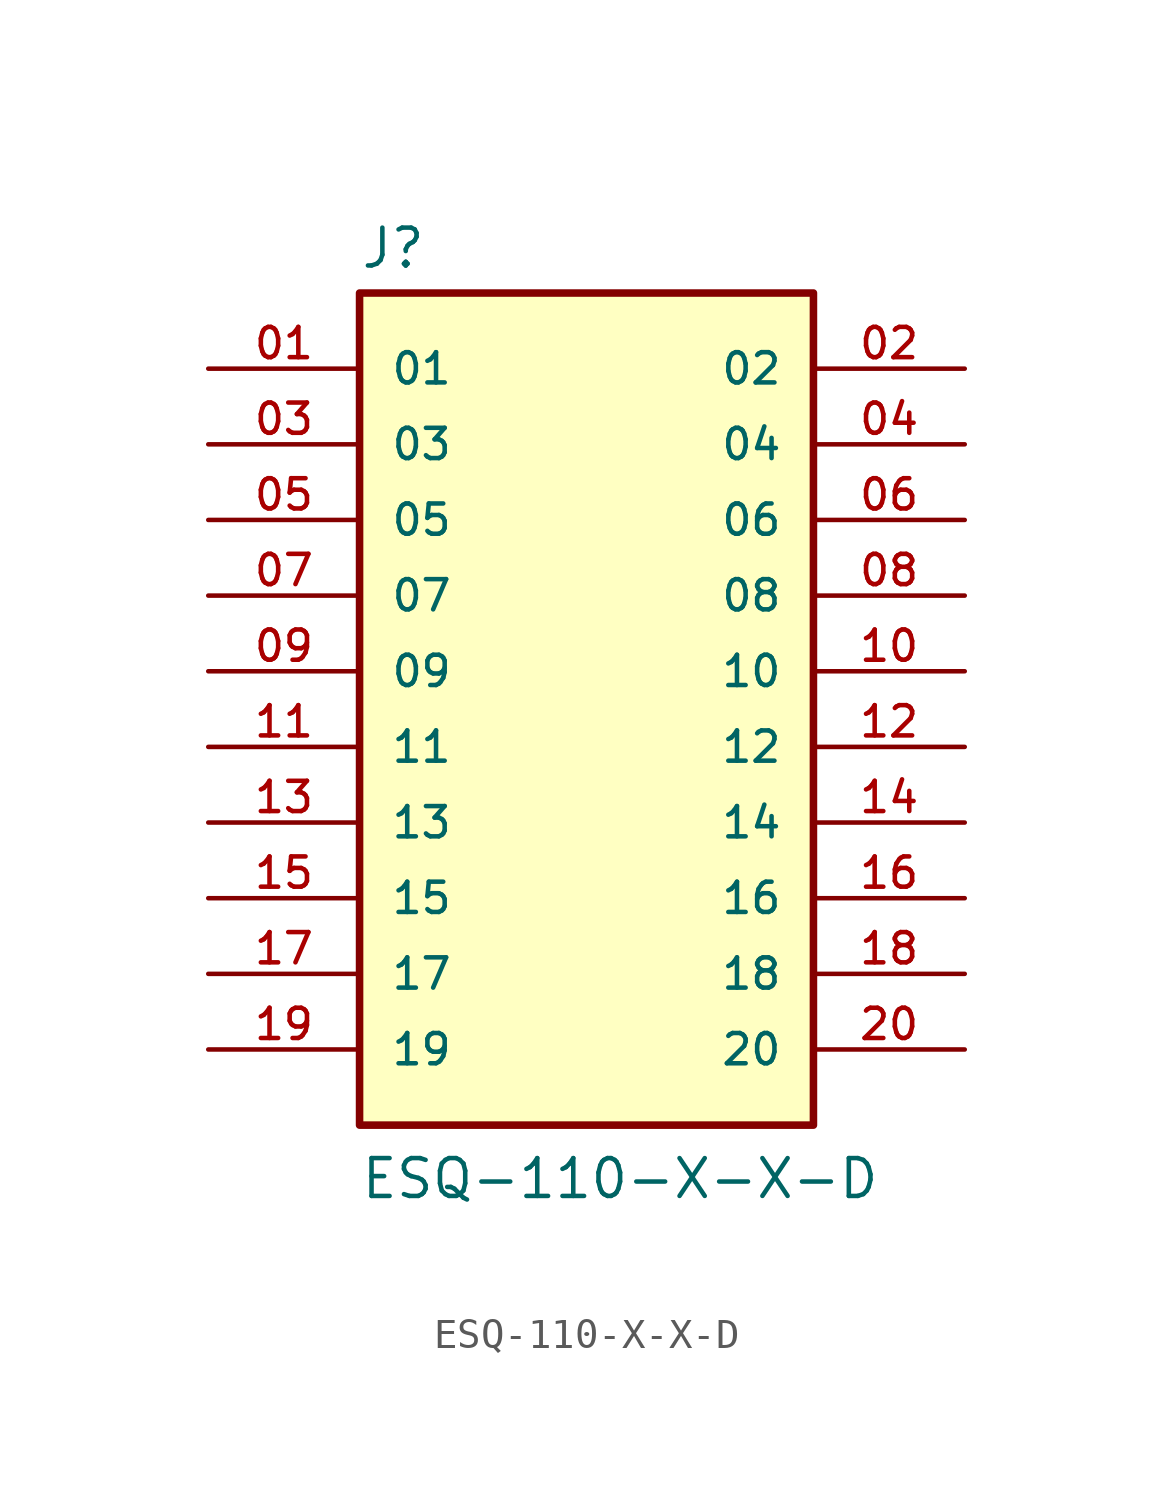
<source format=kicad_sym>
(kicad_symbol_lib
  (version 20211014)
  (generator kicad_symbol_editor)
  (symbol "ESQ-110-X-X-D"
    (pin_names
      (offset 1.016))
    (property "Reference" "J"
      (at -7.62 13.462 0)
      (effects (font (size 1.27 1.27)) (justify bottom left)))
    (property "Value" "ESQ-110-X-X-D"
      (at -7.62 -17.78 0)
      (effects (font (size 1.27 1.27)) (justify bottom left)))
    (symbol "ESQ-110-X-X-D_0_0"
      (rectangle (start -7.62 -15.24) (end 7.62 12.7) (stroke (width 0.254)) (fill (type background)))
      (pin passive line (at -12.7 10.16 0) (length 5.08) (name "01" (effects (font (size 1.016 1.016)))) (number "01" (effects (font (size 1.016 1.016)))))
      (pin passive line (at 12.7 10.16 180.0) (length 5.08) (name "02" (effects (font (size 1.016 1.016)))) (number "02" (effects (font (size 1.016 1.016)))))
      (pin passive line (at -12.7 7.62 0) (length 5.08) (name "03" (effects (font (size 1.016 1.016)))) (number "03" (effects (font (size 1.016 1.016)))))
      (pin passive line (at 12.7 7.62 180.0) (length 5.08) (name "04" (effects (font (size 1.016 1.016)))) (number "04" (effects (font (size 1.016 1.016)))))
      (pin passive line (at -12.7 5.08 0) (length 5.08) (name "05" (effects (font (size 1.016 1.016)))) (number "05" (effects (font (size 1.016 1.016)))))
      (pin passive line (at 12.7 5.08 180.0) (length 5.08) (name "06" (effects (font (size 1.016 1.016)))) (number "06" (effects (font (size 1.016 1.016)))))
      (pin passive line (at -12.7 2.54 0) (length 5.08) (name "07" (effects (font (size 1.016 1.016)))) (number "07" (effects (font (size 1.016 1.016)))))
      (pin passive line (at 12.7 2.54 180.0) (length 5.08) (name "08" (effects (font (size 1.016 1.016)))) (number "08" (effects (font (size 1.016 1.016)))))
      (pin passive line (at -12.7 0.0 0) (length 5.08) (name "09" (effects (font (size 1.016 1.016)))) (number "09" (effects (font (size 1.016 1.016)))))
      (pin passive line (at 12.7 0.0 180.0) (length 5.08) (name "10" (effects (font (size 1.016 1.016)))) (number "10" (effects (font (size 1.016 1.016)))))
      (pin passive line (at -12.7 -2.54 0) (length 5.08) (name "11" (effects (font (size 1.016 1.016)))) (number "11" (effects (font (size 1.016 1.016)))))
      (pin passive line (at 12.7 -2.54 180.0) (length 5.08) (name "12" (effects (font (size 1.016 1.016)))) (number "12" (effects (font (size 1.016 1.016)))))
      (pin passive line (at -12.7 -5.08 0) (length 5.08) (name "13" (effects (font (size 1.016 1.016)))) (number "13" (effects (font (size 1.016 1.016)))))
      (pin passive line (at 12.7 -5.08 180.0) (length 5.08) (name "14" (effects (font (size 1.016 1.016)))) (number "14" (effects (font (size 1.016 1.016)))))
      (pin passive line (at -12.7 -7.62 0) (length 5.08) (name "15" (effects (font (size 1.016 1.016)))) (number "15" (effects (font (size 1.016 1.016)))))
      (pin passive line (at 12.7 -7.62 180.0) (length 5.08) (name "16" (effects (font (size 1.016 1.016)))) (number "16" (effects (font (size 1.016 1.016)))))
      (pin passive line (at -12.7 -10.16 0) (length 5.08) (name "17" (effects (font (size 1.016 1.016)))) (number "17" (effects (font (size 1.016 1.016)))))
      (pin passive line (at 12.7 -10.16 180.0) (length 5.08) (name "18" (effects (font (size 1.016 1.016)))) (number "18" (effects (font (size 1.016 1.016)))))
      (pin passive line (at -12.7 -12.7 0) (length 5.08) (name "19" (effects (font (size 1.016 1.016)))) (number "19" (effects (font (size 1.016 1.016)))))
      (pin passive line (at 12.7 -12.7 180.0) (length 5.08) (name "20" (effects (font (size 1.016 1.016)))) (number "20" (effects (font (size 1.016 1.016))))))))
</source>
